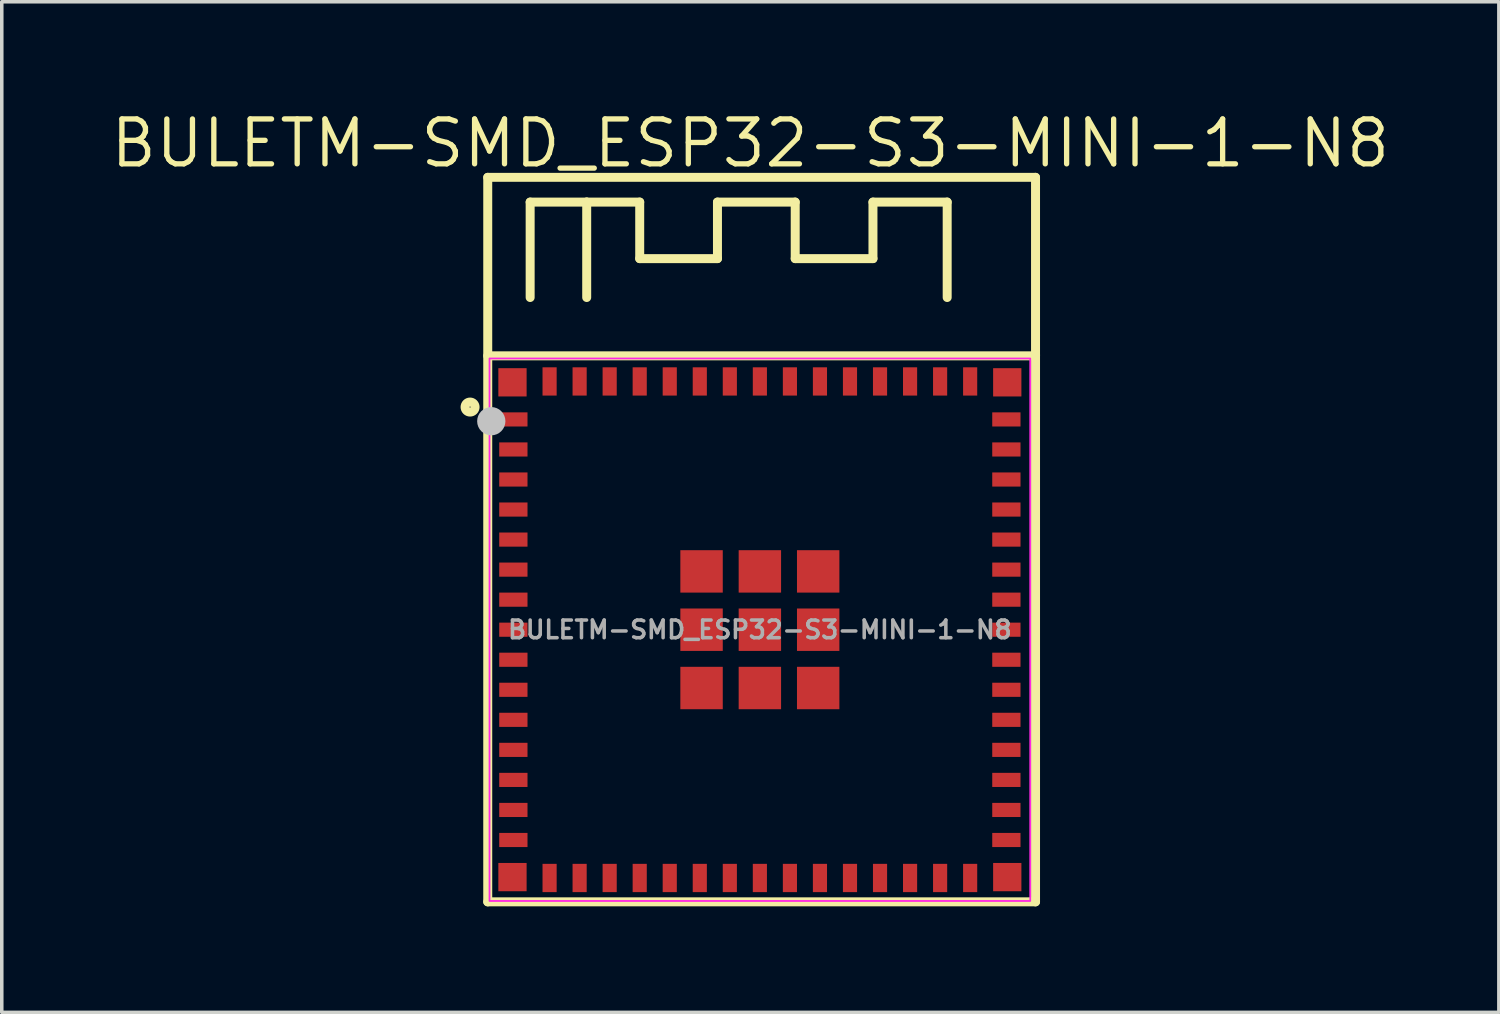
<source format=kicad_pcb>
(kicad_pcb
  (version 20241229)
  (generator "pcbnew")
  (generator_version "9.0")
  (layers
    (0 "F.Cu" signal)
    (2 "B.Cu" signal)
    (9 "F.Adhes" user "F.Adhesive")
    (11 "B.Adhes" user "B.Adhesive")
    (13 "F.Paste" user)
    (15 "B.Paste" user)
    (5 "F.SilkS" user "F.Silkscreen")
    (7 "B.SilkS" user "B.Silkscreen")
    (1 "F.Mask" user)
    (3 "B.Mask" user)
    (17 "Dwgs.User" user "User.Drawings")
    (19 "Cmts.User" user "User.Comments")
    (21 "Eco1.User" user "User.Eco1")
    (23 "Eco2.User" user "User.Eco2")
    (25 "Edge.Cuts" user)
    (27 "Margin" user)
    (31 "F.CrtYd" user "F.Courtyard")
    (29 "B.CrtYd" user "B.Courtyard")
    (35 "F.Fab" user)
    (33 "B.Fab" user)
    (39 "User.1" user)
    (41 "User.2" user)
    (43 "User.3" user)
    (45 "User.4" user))
  (footprint "BULETM-SMD_ESP32-S3-MINI-1-N8"
    (layer "F.Cu")
    (at 18.451 14.768)
    (property "Reference" "BULETM-SMD_ESP32-S3-MINI-1-N8" (at -0.271 -13.762 0) (layer "F.SilkS") (effects (font (size 1.27 1.27) (thickness 0.15))))
    (fp_line (start -7.7 -12.8) (end 7.8 -12.8) (stroke (width 0.254) (type default)) (layer "F.SilkS"))
    (fp_line (start -7.7 -7.75) (end 7.8 -7.75) (stroke (width 0.254) (type default)) (layer "F.SilkS"))
    (fp_line (start -7.7 7.7) (end -7.7 -12.8) (stroke (width 0.254) (type default)) (layer "F.SilkS"))
    (fp_line (start -6.5 -12.1) (end -4.9 -12.1) (stroke (width 0.254) (type default)) (layer "F.SilkS"))
    (fp_line (start -6.5 -9.4) (end -6.5 -12.1) (stroke (width 0.254) (type default)) (layer "F.SilkS"))
    (fp_line (start -4.9 -12.1) (end -4.9 -9.4) (stroke (width 0.254) (type default)) (layer "F.SilkS"))
    (fp_line (start -4.9 -12.1) (end -3.4 -12.1) (stroke (width 0.254) (type default)) (layer "F.SilkS"))
    (fp_line (start -3.4 -12.1) (end -3.4 -10.5) (stroke (width 0.254) (type default)) (layer "F.SilkS"))
    (fp_line (start -3.4 -10.5) (end -1.2 -10.5) (stroke (width 0.254) (type default)) (layer "F.SilkS"))
    (fp_line (start -1.2 -12.1) (end 1 -12.1) (stroke (width 0.254) (type default)) (layer "F.SilkS"))
    (fp_line (start -1.2 -10.5) (end -1.2 -12.1) (stroke (width 0.254) (type default)) (layer "F.SilkS"))
    (fp_line (start 1 -12.1) (end 1 -10.5) (stroke (width 0.254) (type default)) (layer "F.SilkS"))
    (fp_line (start 1 -10.5) (end 3.2 -10.5) (stroke (width 0.254) (type default)) (layer "F.SilkS"))
    (fp_line (start 3.2 -12.1) (end 5.3 -12.1) (stroke (width 0.254) (type default)) (layer "F.SilkS"))
    (fp_line (start 3.2 -10.5) (end 3.2 -12.1) (stroke (width 0.254) (type default)) (layer "F.SilkS"))
    (fp_line (start 5.3 -12.1) (end 5.3 -9.4) (stroke (width 0.254) (type default)) (layer "F.SilkS"))
    (fp_line (start 7.8 -12.8) (end 7.8 7.7) (stroke (width 0.254) (type default)) (layer "F.SilkS"))
    (fp_line (start 7.8 -7.75) (end 7.8 -7.786) (stroke (width 0.254) (type default)) (layer "F.SilkS"))
    (fp_line (start 7.8 7.7) (end -7.7 7.7) (stroke (width 0.254) (type default)) (layer "F.SilkS"))
    (fp_circle (center -8.2 -6.3) (end -8.058 -6.3) (stroke (width 0.254) (type default)) (fill no) (layer "F.SilkS"))
    (fp_circle (center -7.6 -5.9) (end -7.4 -5.9) (stroke (width 0.4) (type default)) (fill no) (layer "Dwgs.User"))
    (fp_rect (start -7.65 -7.675) (end 7.65 7.675) (stroke (width 0.05) (type default)) (fill no) (layer "F.CrtYd"))
    (fp_circle (center -7.7 -12.775) (end -7.67 -12.775) (stroke (width 0.06) (type default)) (fill no) (layer "User.5"))
    (fp_text user "${REFERENCE}" (at 0 0 0) (layer "F.Fab") (effects (font (size 0.5 0.5) (thickness 0.1))))
    (pad "1" smd rect (at -6.975 -5.95 90) (size 0.4 0.8) (layers "F.Cu" "F.Mask" "F.Paste"))
    (pad "2" smd rect (at -6.975 -5.1 90) (size 0.4 0.8) (layers "F.Cu" "F.Mask" "F.Paste"))
    (pad "3" smd rect (at -6.975 -4.25 90) (size 0.4 0.8) (layers "F.Cu" "F.Mask" "F.Paste"))
    (pad "4" smd rect (at -6.975 -3.4 90) (size 0.4 0.8) (layers "F.Cu" "F.Mask" "F.Paste"))
    (pad "5" smd rect (at -6.975 -2.55 90) (size 0.4 0.8) (layers "F.Cu" "F.Mask" "F.Paste"))
    (pad "6" smd rect (at -6.975 -1.7 90) (size 0.4 0.8) (layers "F.Cu" "F.Mask" "F.Paste"))
    (pad "7" smd rect (at -6.975 -0.85 90) (size 0.4 0.8) (layers "F.Cu" "F.Mask" "F.Paste"))
    (pad "8" smd rect (at -6.975 -0.0001 90) (size 0.4 0.8) (layers "F.Cu" "F.Mask" "F.Paste"))
    (pad "9" smd rect (at -6.975 0.85 90) (size 0.4 0.8) (layers "F.Cu" "F.Mask" "F.Paste"))
    (pad "10" smd rect (at -6.975 1.7 90) (size 0.4 0.8) (layers "F.Cu" "F.Mask" "F.Paste"))
    (pad "11" smd rect (at -6.975 2.55 90) (size 0.4 0.8) (layers "F.Cu" "F.Mask" "F.Paste"))
    (pad "12" smd rect (at -6.975 3.4 90) (size 0.4 0.8) (layers "F.Cu" "F.Mask" "F.Paste"))
    (pad "13" smd rect (at -6.975 4.25 90) (size 0.4 0.8) (layers "F.Cu" "F.Mask" "F.Paste"))
    (pad "14" smd rect (at -6.975 5.1 90) (size 0.4 0.8) (layers "F.Cu" "F.Mask" "F.Paste"))
    (pad "15" smd rect (at -6.975 5.95 90) (size 0.4 0.8) (layers "F.Cu" "F.Mask" "F.Paste"))
    (pad "16" smd rect (at -5.95 7.025 180) (size 0.4 0.8) (layers "F.Cu" "F.Mask" "F.Paste"))
    (pad "17" smd rect (at -5.1 7.025 180) (size 0.4 0.8) (layers "F.Cu" "F.Mask" "F.Paste"))
    (pad "18" smd rect (at -4.25 7.025 180) (size 0.4 0.8) (layers "F.Cu" "F.Mask" "F.Paste"))
    (pad "19" smd rect (at -3.4 7.025 180) (size 0.4 0.8) (layers "F.Cu" "F.Mask" "F.Paste"))
    (pad "20" smd rect (at -2.55 7.025 180) (size 0.4 0.8) (layers "F.Cu" "F.Mask" "F.Paste"))
    (pad "21" smd rect (at -1.7 7.025 180) (size 0.4 0.8) (layers "F.Cu" "F.Mask" "F.Paste"))
    (pad "22" smd rect (at -0.85 7.025 180) (size 0.4 0.8) (layers "F.Cu" "F.Mask" "F.Paste"))
    (pad "23" smd rect (at 0 7.025 180) (size 0.4 0.8) (layers "F.Cu" "F.Mask" "F.Paste"))
    (pad "24" smd rect (at 0.85 7.025 180) (size 0.4 0.8) (layers "F.Cu" "F.Mask" "F.Paste"))
    (pad "25" smd rect (at 1.7 7.025 180) (size 0.4 0.8) (layers "F.Cu" "F.Mask" "F.Paste"))
    (pad "26" smd rect (at 2.55 7.025 180) (size 0.4 0.8) (layers "F.Cu" "F.Mask" "F.Paste"))
    (pad "27" smd rect (at 3.4 7.025 180) (size 0.4 0.8) (layers "F.Cu" "F.Mask" "F.Paste"))
    (pad "28" smd rect (at 4.25 7.025 180) (size 0.4 0.8) (layers "F.Cu" "F.Mask" "F.Paste"))
    (pad "29" smd rect (at 5.1 7.025 180) (size 0.4 0.8) (layers "F.Cu" "F.Mask" "F.Paste"))
    (pad "30" smd rect (at 5.95 7.025 180) (size 0.4 0.8) (layers "F.Cu" "F.Mask" "F.Paste"))
    (pad "31" smd rect (at 6.975 5.95 270) (size 0.4 0.8) (layers "F.Cu" "F.Mask" "F.Paste"))
    (pad "32" smd rect (at 6.975 5.1 270) (size 0.4 0.8) (layers "F.Cu" "F.Mask" "F.Paste"))
    (pad "33" smd rect (at 6.975 4.25 270) (size 0.4 0.8) (layers "F.Cu" "F.Mask" "F.Paste"))
    (pad "34" smd rect (at 6.975 3.4 270) (size 0.4 0.8) (layers "F.Cu" "F.Mask" "F.Paste"))
    (pad "35" smd rect (at 6.975 2.55 270) (size 0.4 0.8) (layers "F.Cu" "F.Mask" "F.Paste"))
    (pad "36" smd rect (at 6.975 1.7 270) (size 0.4 0.8) (layers "F.Cu" "F.Mask" "F.Paste"))
    (pad "37" smd rect (at 6.975 0.85 270) (size 0.4 0.8) (layers "F.Cu" "F.Mask" "F.Paste"))
    (pad "38" smd rect (at 6.975 -0.0001 270) (size 0.4 0.8) (layers "F.Cu" "F.Mask" "F.Paste"))
    (pad "39" smd rect (at 6.975 -0.85 270) (size 0.4 0.8) (layers "F.Cu" "F.Mask" "F.Paste"))
    (pad "40" smd rect (at 6.975 -1.7 270) (size 0.4 0.8) (layers "F.Cu" "F.Mask" "F.Paste"))
    (pad "41" smd rect (at 6.975 -2.55 270) (size 0.4 0.8) (layers "F.Cu" "F.Mask" "F.Paste"))
    (pad "42" smd rect (at 6.975 -3.4 270) (size 0.4 0.8) (layers "F.Cu" "F.Mask" "F.Paste"))
    (pad "43" smd rect (at 6.975 -4.25 270) (size 0.4 0.8) (layers "F.Cu" "F.Mask" "F.Paste"))
    (pad "44" smd rect (at 6.975 -5.1 270) (size 0.4 0.8) (layers "F.Cu" "F.Mask" "F.Paste"))
    (pad "45" smd rect (at 6.975 -5.95 270) (size 0.4 0.8) (layers "F.Cu" "F.Mask" "F.Paste"))
    (pad "46" smd rect (at 5.95 -7.025) (size 0.4 0.8) (layers "F.Cu" "F.Mask" "F.Paste"))
    (pad "47" smd rect (at 5.1 -7.025) (size 0.4 0.8) (layers "F.Cu" "F.Mask" "F.Paste"))
    (pad "48" smd rect (at 4.25 -7.025) (size 0.4 0.8) (layers "F.Cu" "F.Mask" "F.Paste"))
    (pad "49" smd rect (at 3.4 -7.025) (size 0.4 0.8) (layers "F.Cu" "F.Mask" "F.Paste"))
    (pad "50" smd rect (at 2.55 -7.025) (size 0.4 0.8) (layers "F.Cu" "F.Mask" "F.Paste"))
    (pad "51" smd rect (at 1.7 -7.025) (size 0.4 0.8) (layers "F.Cu" "F.Mask" "F.Paste"))
    (pad "52" smd rect (at 0.85 -7.025) (size 0.4 0.8) (layers "F.Cu" "F.Mask" "F.Paste"))
    (pad "53" smd rect (at 0 -7.025) (size 0.4 0.8) (layers "F.Cu" "F.Mask" "F.Paste"))
    (pad "54" smd rect (at -0.85 -7.025) (size 0.4 0.8) (layers "F.Cu" "F.Mask" "F.Paste"))
    (pad "55" smd rect (at -1.7 -7.025) (size 0.4 0.8) (layers "F.Cu" "F.Mask" "F.Paste"))
    (pad "56" smd rect (at -2.55 -7.025) (size 0.4 0.8) (layers "F.Cu" "F.Mask" "F.Paste"))
    (pad "57" smd rect (at -3.4 -7.025) (size 0.4 0.8) (layers "F.Cu" "F.Mask" "F.Paste"))
    (pad "58" smd rect (at -4.25 -7.025) (size 0.4 0.8) (layers "F.Cu" "F.Mask" "F.Paste"))
    (pad "59" smd rect (at -5.1 -7.025) (size 0.4 0.8) (layers "F.Cu" "F.Mask" "F.Paste"))
    (pad "60" smd rect (at -5.95 -7.025) (size 0.4 0.8) (layers "F.Cu" "F.Mask" "F.Paste"))
    (pad "GND" smd rect (at -7 -7 90) (size 0.8 0.8) (layers "F.Cu" "F.Mask" "F.Paste"))
    (pad "GND" smd rect (at -7 7 90) (size 0.8 0.8) (layers "F.Cu" "F.Mask" "F.Paste"))
    (pad "GND" smd rect (at -1.65 -1.65 90) (size 1.2 1.2) (layers "F.Cu" "F.Mask" "F.Paste"))
    (pad "GND" smd rect (at -1.65 -0.0001 90) (size 1.2 1.2) (layers "F.Cu" "F.Mask" "F.Paste"))
    (pad "GND" smd rect (at -1.65 1.65 90) (size 1.2 1.2) (layers "F.Cu" "F.Mask" "F.Paste"))
    (pad "GND" smd rect (at 0 -1.65 90) (size 1.2 1.2) (layers "F.Cu" "F.Mask" "F.Paste"))
    (pad "GND" smd rect (at 0 -0.0001 90) (size 1.2 1.2) (layers "F.Cu" "F.Mask" "F.Paste"))
    (pad "GND" smd rect (at 0 1.65 90) (size 1.2 1.2) (layers "F.Cu" "F.Mask" "F.Paste"))
    (pad "GND" smd rect (at 1.65 -1.65 90) (size 1.2 1.2) (layers "F.Cu" "F.Mask" "F.Paste"))
    (pad "GND" smd rect (at 1.65 -0.0001 90) (size 1.2 1.2) (layers "F.Cu" "F.Mask" "F.Paste"))
    (pad "GND" smd rect (at 1.65 1.65 90) (size 1.2 1.2) (layers "F.Cu" "F.Mask" "F.Paste"))
    (pad "GND" smd rect (at 7 -7 90) (size 0.8 0.8) (layers "F.Cu" "F.Mask" "F.Paste"))
    (pad "GND" smd rect (at 7 7 90) (size 0.8 0.8) (layers "F.Cu" "F.Mask" "F.Paste"))
    (zone (net_name "") (layer "User.3") (hatch edge 0.5) (priority 100) (connect_pads yes) (min_thickness 0) (filled_areas_thickness no) (fill yes) (polygon (pts (xy 10.751 22.493) (xy 10.751 1.993) (xy 26.151 1.993) (xy 26.151 22.493))) (filled_polygon (layer "User.3") (island) (pts (xy 10.751 22.493) (xy 10.751 1.993) (xy 26.151 1.993) (xy 26.151 22.493))))
    (zone (net_name "") (layer "User.4") (hatch edge 0.5) (priority 100) (connect_pads yes) (min_thickness 0) (filled_areas_thickness no) (fill yes) (polygon (pts (xy 11.051 8.168) (xy 11.051 7.368) (xy 11.851 7.368) (xy 11.851 8.168))) (filled_polygon (layer "User.4") (island) (pts (xy 11.051 8.168) (xy 11.051 7.368) (xy 11.851 7.368) (xy 11.851 8.168))))
    (zone (net_name "") (layer "User.4") (hatch edge 0.5) (priority 100) (connect_pads yes) (min_thickness 0) (filled_areas_thickness no) (fill yes) (polygon (pts (xy 11.051 22.168) (xy 11.051 21.368) (xy 11.851 21.368) (xy 11.851 22.168))) (filled_polygon (layer "User.4") (island) (pts (xy 11.051 22.168) (xy 11.051 21.368) (xy 11.851 21.368) (xy 11.851 22.168))))
    (zone (net_name "") (layer "User.4") (hatch edge 0.5) (priority 100) (connect_pads yes) (min_thickness 0) (filled_areas_thickness no) (fill yes) (polygon (pts (xy 11.076 9.018) (xy 11.076 8.618) (xy 11.876 8.618) (xy 11.876 9.018))) (filled_polygon (layer "User.4") (island) (pts (xy 11.076 9.018) (xy 11.076 8.618) (xy 11.876 8.618) (xy 11.876 9.018))))
    (zone (net_name "") (layer "User.4") (hatch edge 0.5) (priority 100) (connect_pads yes) (min_thickness 0) (filled_areas_thickness no) (fill yes) (polygon (pts (xy 11.076 9.868) (xy 11.076 9.468) (xy 11.876 9.468) (xy 11.876 9.868))) (filled_polygon (layer "User.4") (island) (pts (xy 11.076 9.868) (xy 11.076 9.468) (xy 11.876 9.468) (xy 11.876 9.868))))
    (zone (net_name "") (layer "User.4") (hatch edge 0.5) (priority 100) (connect_pads yes) (min_thickness 0) (filled_areas_thickness no) (fill yes) (polygon (pts (xy 11.076 10.718) (xy 11.076 10.318) (xy 11.876 10.318) (xy 11.876 10.718))) (filled_polygon (layer "User.4") (island) (pts (xy 11.076 10.718) (xy 11.076 10.318) (xy 11.876 10.318) (xy 11.876 10.718))))
    (zone (net_name "") (layer "User.4") (hatch edge 0.5) (priority 100) (connect_pads yes) (min_thickness 0) (filled_areas_thickness no) (fill yes) (polygon (pts (xy 11.076 11.568) (xy 11.076 11.168) (xy 11.876 11.168) (xy 11.876 11.568))) (filled_polygon (layer "User.4") (island) (pts (xy 11.076 11.568) (xy 11.076 11.168) (xy 11.876 11.168) (xy 11.876 11.568))))
    (zone (net_name "") (layer "User.4") (hatch edge 0.5) (priority 100) (connect_pads yes) (min_thickness 0) (filled_areas_thickness no) (fill yes) (polygon (pts (xy 11.076 12.418) (xy 11.076 12.018) (xy 11.876 12.018) (xy 11.876 12.418))) (filled_polygon (layer "User.4") (island) (pts (xy 11.076 12.418) (xy 11.076 12.018) (xy 11.876 12.018) (xy 11.876 12.418))))
    (zone (net_name "") (layer "User.4") (hatch edge 0.5) (priority 100) (connect_pads yes) (min_thickness 0) (filled_areas_thickness no) (fill yes) (polygon (pts (xy 11.076 13.268) (xy 11.076 12.868) (xy 11.876 12.868) (xy 11.876 13.268))) (filled_polygon (layer "User.4") (island) (pts (xy 11.076 13.268) (xy 11.076 12.868) (xy 11.876 12.868) (xy 11.876 13.268))))
    (zone (net_name "") (layer "User.4") (hatch edge 0.5) (priority 100) (connect_pads yes) (min_thickness 0) (filled_areas_thickness no) (fill yes) (polygon (pts (xy 11.076 14.118) (xy 11.076 13.718) (xy 11.876 13.718) (xy 11.876 14.118))) (filled_polygon (layer "User.4") (island) (pts (xy 11.076 14.118) (xy 11.076 13.718) (xy 11.876 13.718) (xy 11.876 14.118))))
    (zone (net_name "") (layer "User.4") (hatch edge 0.5) (priority 100) (connect_pads yes) (min_thickness 0) (filled_areas_thickness no) (fill yes) (polygon (pts (xy 11.076 14.968) (xy 11.076 14.568) (xy 11.876 14.568) (xy 11.876 14.968))) (filled_polygon (layer "User.4") (island) (pts (xy 11.076 14.968) (xy 11.076 14.568) (xy 11.876 14.568) (xy 11.876 14.968))))
    (zone (net_name "") (layer "User.4") (hatch edge 0.5) (priority 100) (connect_pads yes) (min_thickness 0) (filled_areas_thickness no) (fill yes) (polygon (pts (xy 11.076 15.818) (xy 11.076 15.418) (xy 11.876 15.418) (xy 11.876 15.818))) (filled_polygon (layer "User.4") (island) (pts (xy 11.076 15.818) (xy 11.076 15.418) (xy 11.876 15.418) (xy 11.876 15.818))))
    (zone (net_name "") (layer "User.4") (hatch edge 0.5) (priority 100) (connect_pads yes) (min_thickness 0) (filled_areas_thickness no) (fill yes) (polygon (pts (xy 11.076 16.668) (xy 11.076 16.268) (xy 11.876 16.268) (xy 11.876 16.668))) (filled_polygon (layer "User.4") (island) (pts (xy 11.076 16.668) (xy 11.076 16.268) (xy 11.876 16.268) (xy 11.876 16.668))))
    (zone (net_name "") (layer "User.4") (hatch edge 0.5) (priority 100) (connect_pads yes) (min_thickness 0) (filled_areas_thickness no) (fill yes) (polygon (pts (xy 11.076 17.518) (xy 11.076 17.118) (xy 11.876 17.118) (xy 11.876 17.518))) (filled_polygon (layer "User.4") (island) (pts (xy 11.076 17.518) (xy 11.076 17.118) (xy 11.876 17.118) (xy 11.876 17.518))))
    (zone (net_name "") (layer "User.4") (hatch edge 0.5) (priority 100) (connect_pads yes) (min_thickness 0) (filled_areas_thickness no) (fill yes) (polygon (pts (xy 11.076 18.368) (xy 11.076 17.968) (xy 11.876 17.968) (xy 11.876 18.368))) (filled_polygon (layer "User.4") (island) (pts (xy 11.076 18.368) (xy 11.076 17.968) (xy 11.876 17.968) (xy 11.876 18.368))))
    (zone (net_name "") (layer "User.4") (hatch edge 0.5) (priority 100) (connect_pads yes) (min_thickness 0) (filled_areas_thickness no) (fill yes) (polygon (pts (xy 11.076 19.218) (xy 11.076 18.818) (xy 11.876 18.818) (xy 11.876 19.218))) (filled_polygon (layer "User.4") (island) (pts (xy 11.076 19.218) (xy 11.076 18.818) (xy 11.876 18.818) (xy 11.876 19.218))))
    (zone (net_name "") (layer "User.4") (hatch edge 0.5) (priority 100) (connect_pads yes) (min_thickness 0) (filled_areas_thickness no) (fill yes) (polygon (pts (xy 11.076 20.068) (xy 11.076 19.668) (xy 11.876 19.668) (xy 11.876 20.068))) (filled_polygon (layer "User.4") (island) (pts (xy 11.076 20.068) (xy 11.076 19.668) (xy 11.876 19.668) (xy 11.876 20.068))))
    (zone (net_name "") (layer "User.4") (hatch edge 0.5) (priority 100) (connect_pads yes) (min_thickness 0) (filled_areas_thickness no) (fill yes) (polygon (pts (xy 11.076 20.918) (xy 11.076 20.518) (xy 11.876 20.518) (xy 11.876 20.918))) (filled_polygon (layer "User.4") (island) (pts (xy 11.076 20.918) (xy 11.076 20.518) (xy 11.876 20.518) (xy 11.876 20.918))))
    (zone (net_name "") (layer "User.4") (hatch edge 0.5) (priority 100) (connect_pads yes) (min_thickness 0) (filled_areas_thickness no) (fill yes) (polygon (pts (xy 12.301 7.343) (xy 12.701 7.343) (xy 12.701 8.143) (xy 12.301 8.143))) (filled_polygon (layer "User.4") (island) (pts (xy 12.301 7.343) (xy 12.701 7.343) (xy 12.701 8.143) (xy 12.301 8.143))))
    (zone (net_name "") (layer "User.4") (hatch edge 0.5) (priority 100) (connect_pads yes) (min_thickness 0) (filled_areas_thickness no) (fill yes) (polygon (pts (xy 12.701 22.193) (xy 12.301 22.193) (xy 12.301 21.393) (xy 12.701 21.393))) (filled_polygon (layer "User.4") (island) (pts (xy 12.701 22.193) (xy 12.301 22.193) (xy 12.301 21.393) (xy 12.701 21.393))))
    (zone (net_name "") (layer "User.4") (hatch edge 0.5) (priority 100) (connect_pads yes) (min_thickness 0) (filled_areas_thickness no) (fill yes) (polygon (pts (xy 13.151 7.343) (xy 13.551 7.343) (xy 13.551 8.143) (xy 13.151 8.143))) (filled_polygon (layer "User.4") (island) (pts (xy 13.151 7.343) (xy 13.551 7.343) (xy 13.551 8.143) (xy 13.151 8.143))))
    (zone (net_name "") (layer "User.4") (hatch edge 0.5) (priority 100) (connect_pads yes) (min_thickness 0) (filled_areas_thickness no) (fill yes) (polygon (pts (xy 13.551 22.193) (xy 13.151 22.193) (xy 13.151 21.393) (xy 13.551 21.393))) (filled_polygon (layer "User.4") (island) (pts (xy 13.551 22.193) (xy 13.151 22.193) (xy 13.151 21.393) (xy 13.551 21.393))))
    (zone (net_name "") (layer "User.4") (hatch edge 0.5) (priority 100) (connect_pads yes) (min_thickness 0) (filled_areas_thickness no) (fill yes) (polygon (pts (xy 14.001 7.343) (xy 14.401 7.343) (xy 14.401 8.143) (xy 14.001 8.143))) (filled_polygon (layer "User.4") (island) (pts (xy 14.001 7.343) (xy 14.401 7.343) (xy 14.401 8.143) (xy 14.001 8.143))))
    (zone (net_name "") (layer "User.4") (hatch edge 0.5) (priority 100) (connect_pads yes) (min_thickness 0) (filled_areas_thickness no) (fill yes) (polygon (pts (xy 14.401 22.193) (xy 14.001 22.193) (xy 14.001 21.393) (xy 14.401 21.393))) (filled_polygon (layer "User.4") (island) (pts (xy 14.401 22.193) (xy 14.001 22.193) (xy 14.001 21.393) (xy 14.401 21.393))))
    (zone (net_name "") (layer "User.4") (hatch edge 0.5) (priority 100) (connect_pads yes) (min_thickness 0) (filled_areas_thickness no) (fill yes) (polygon (pts (xy 14.851 7.343) (xy 15.251 7.343) (xy 15.251 8.143) (xy 14.851 8.143))) (filled_polygon (layer "User.4") (island) (pts (xy 14.851 7.343) (xy 15.251 7.343) (xy 15.251 8.143) (xy 14.851 8.143))))
    (zone (net_name "") (layer "User.4") (hatch edge 0.5) (priority 100) (connect_pads yes) (min_thickness 0) (filled_areas_thickness no) (fill yes) (polygon (pts (xy 15.251 22.193) (xy 14.851 22.193) (xy 14.851 21.393) (xy 15.251 21.393))) (filled_polygon (layer "User.4") (island) (pts (xy 15.251 22.193) (xy 14.851 22.193) (xy 14.851 21.393) (xy 15.251 21.393))))
    (zone (net_name "") (layer "User.4") (hatch edge 0.5) (priority 100) (connect_pads yes) (min_thickness 0) (filled_areas_thickness no) (fill yes) (polygon (pts (xy 15.701 7.343) (xy 16.101 7.343) (xy 16.101 8.143) (xy 15.701 8.143))) (filled_polygon (layer "User.4") (island) (pts (xy 15.701 7.343) (xy 16.101 7.343) (xy 16.101 8.143) (xy 15.701 8.143))))
    (zone (net_name "") (layer "User.4") (hatch edge 0.5) (priority 100) (connect_pads yes) (min_thickness 0) (filled_areas_thickness no) (fill yes) (polygon (pts (xy 16.101 22.193) (xy 15.701 22.193) (xy 15.701 21.393) (xy 16.101 21.393))) (filled_polygon (layer "User.4") (island) (pts (xy 16.101 22.193) (xy 15.701 22.193) (xy 15.701 21.393) (xy 16.101 21.393))))
    (zone (net_name "") (layer "User.4") (hatch edge 0.5) (priority 100) (connect_pads yes) (min_thickness 0) (filled_areas_thickness no) (fill yes) (polygon (pts (xy 16.201 13.718) (xy 16.201 12.518) (xy 17.401 12.518) (xy 17.401 13.718))) (filled_polygon (layer "User.4") (island) (pts (xy 16.201 13.718) (xy 16.201 12.518) (xy 17.401 12.518) (xy 17.401 13.718))))
    (zone (net_name "") (layer "User.4") (hatch edge 0.5) (priority 100) (connect_pads yes) (min_thickness 0) (filled_areas_thickness no) (fill yes) (polygon (pts (xy 16.201 15.368) (xy 16.201 14.168) (xy 17.401 14.168) (xy 17.401 15.368))) (filled_polygon (layer "User.4") (island) (pts (xy 16.201 15.368) (xy 16.201 14.168) (xy 17.401 14.168) (xy 17.401 15.368))))
    (zone (net_name "") (layer "User.4") (hatch edge 0.5) (priority 100) (connect_pads yes) (min_thickness 0) (filled_areas_thickness no) (fill yes) (polygon (pts (xy 16.201 17.018) (xy 16.201 15.818) (xy 17.401 15.818) (xy 17.401 17.018))) (filled_polygon (layer "User.4") (island) (pts (xy 16.201 17.018) (xy 16.201 15.818) (xy 17.401 15.818) (xy 17.401 17.018))))
    (zone (net_name "") (layer "User.4") (hatch edge 0.5) (priority 100) (connect_pads yes) (min_thickness 0) (filled_areas_thickness no) (fill yes) (polygon (pts (xy 16.551 7.343) (xy 16.951 7.343) (xy 16.951 8.143) (xy 16.551 8.143))) (filled_polygon (layer "User.4") (island) (pts (xy 16.551 7.343) (xy 16.951 7.343) (xy 16.951 8.143) (xy 16.551 8.143))))
    (zone (net_name "") (layer "User.4") (hatch edge 0.5) (priority 100) (connect_pads yes) (min_thickness 0) (filled_areas_thickness no) (fill yes) (polygon (pts (xy 16.951 22.193) (xy 16.551 22.193) (xy 16.551 21.393) (xy 16.951 21.393))) (filled_polygon (layer "User.4") (island) (pts (xy 16.951 22.193) (xy 16.551 22.193) (xy 16.551 21.393) (xy 16.951 21.393))))
    (zone (net_name "") (layer "User.4") (hatch edge 0.5) (priority 100) (connect_pads yes) (min_thickness 0) (filled_areas_thickness no) (fill yes) (polygon (pts (xy 17.401 7.343) (xy 17.801 7.343) (xy 17.801 8.143) (xy 17.401 8.143))) (filled_polygon (layer "User.4") (island) (pts (xy 17.401 7.343) (xy 17.801 7.343) (xy 17.801 8.143) (xy 17.401 8.143))))
    (zone (net_name "") (layer "User.4") (hatch edge 0.5) (priority 100) (connect_pads yes) (min_thickness 0) (filled_areas_thickness no) (fill yes) (polygon (pts (xy 17.801 22.193) (xy 17.401 22.193) (xy 17.401 21.393) (xy 17.801 21.393))) (filled_polygon (layer "User.4") (island) (pts (xy 17.801 22.193) (xy 17.401 22.193) (xy 17.401 21.393) (xy 17.801 21.393))))
    (zone (net_name "") (layer "User.4") (hatch edge 0.5) (priority 100) (connect_pads yes) (min_thickness 0) (filled_areas_thickness no) (fill yes) (polygon (pts (xy 17.851 13.718) (xy 17.851 12.518) (xy 19.051 12.518) (xy 19.051 13.718))) (filled_polygon (layer "User.4") (island) (pts (xy 17.851 13.718) (xy 17.851 12.518) (xy 19.051 12.518) (xy 19.051 13.718))))
    (zone (net_name "") (layer "User.4") (hatch edge 0.5) (priority 100) (connect_pads yes) (min_thickness 0) (filled_areas_thickness no) (fill yes) (polygon (pts (xy 17.851 15.368) (xy 17.851 14.168) (xy 19.051 14.168) (xy 19.051 15.368))) (filled_polygon (layer "User.4") (island) (pts (xy 17.851 15.368) (xy 17.851 14.168) (xy 19.051 14.168) (xy 19.051 15.368))))
    (zone (net_name "") (layer "User.4") (hatch edge 0.5) (priority 100) (connect_pads yes) (min_thickness 0) (filled_areas_thickness no) (fill yes) (polygon (pts (xy 17.851 17.018) (xy 17.851 15.818) (xy 19.051 15.818) (xy 19.051 17.018))) (filled_polygon (layer "User.4") (island) (pts (xy 17.851 17.018) (xy 17.851 15.818) (xy 19.051 15.818) (xy 19.051 17.018))))
    (zone (net_name "") (layer "User.4") (hatch edge 0.5) (priority 100) (connect_pads yes) (min_thickness 0) (filled_areas_thickness no) (fill yes) (polygon (pts (xy 18.251 7.343) (xy 18.651 7.343) (xy 18.651 8.143) (xy 18.251 8.143))) (filled_polygon (layer "User.4") (island) (pts (xy 18.251 7.343) (xy 18.651 7.343) (xy 18.651 8.143) (xy 18.251 8.143))))
    (zone (net_name "") (layer "User.4") (hatch edge 0.5) (priority 100) (connect_pads yes) (min_thickness 0) (filled_areas_thickness no) (fill yes) (polygon (pts (xy 18.651 22.193) (xy 18.251 22.193) (xy 18.251 21.393) (xy 18.651 21.393))) (filled_polygon (layer "User.4") (island) (pts (xy 18.651 22.193) (xy 18.251 22.193) (xy 18.251 21.393) (xy 18.651 21.393))))
    (zone (net_name "") (layer "User.4") (hatch edge 0.5) (priority 100) (connect_pads yes) (min_thickness 0) (filled_areas_thickness no) (fill yes) (polygon (pts (xy 19.101 7.343) (xy 19.501 7.343) (xy 19.501 8.143) (xy 19.101 8.143))) (filled_polygon (layer "User.4") (island) (pts (xy 19.101 7.343) (xy 19.501 7.343) (xy 19.501 8.143) (xy 19.101 8.143))))
    (zone (net_name "") (layer "User.4") (hatch edge 0.5) (priority 100) (connect_pads yes) (min_thickness 0) (filled_areas_thickness no) (fill yes) (polygon (pts (xy 19.501 13.718) (xy 19.501 12.518) (xy 20.701 12.518) (xy 20.701 13.718))) (filled_polygon (layer "User.4") (island) (pts (xy 19.501 13.718) (xy 19.501 12.518) (xy 20.701 12.518) (xy 20.701 13.718))))
    (zone (net_name "") (layer "User.4") (hatch edge 0.5) (priority 100) (connect_pads yes) (min_thickness 0) (filled_areas_thickness no) (fill yes) (polygon (pts (xy 19.501 15.368) (xy 19.501 14.168) (xy 20.701 14.168) (xy 20.701 15.368))) (filled_polygon (layer "User.4") (island) (pts (xy 19.501 15.368) (xy 19.501 14.168) (xy 20.701 14.168) (xy 20.701 15.368))))
    (zone (net_name "") (layer "User.4") (hatch edge 0.5) (priority 100) (connect_pads yes) (min_thickness 0) (filled_areas_thickness no) (fill yes) (polygon (pts (xy 19.501 17.018) (xy 19.501 15.818) (xy 20.701 15.818) (xy 20.701 17.018))) (filled_polygon (layer "User.4") (island) (pts (xy 19.501 17.018) (xy 19.501 15.818) (xy 20.701 15.818) (xy 20.701 17.018))))
    (zone (net_name "") (layer "User.4") (hatch edge 0.5) (priority 100) (connect_pads yes) (min_thickness 0) (filled_areas_thickness no) (fill yes) (polygon (pts (xy 19.501 22.193) (xy 19.101 22.193) (xy 19.101 21.393) (xy 19.501 21.393))) (filled_polygon (layer "User.4") (island) (pts (xy 19.501 22.193) (xy 19.101 22.193) (xy 19.101 21.393) (xy 19.501 21.393))))
    (zone (net_name "") (layer "User.4") (hatch edge 0.5) (priority 100) (connect_pads yes) (min_thickness 0) (filled_areas_thickness no) (fill yes) (polygon (pts (xy 19.951 7.343) (xy 20.351 7.343) (xy 20.351 8.143) (xy 19.951 8.143))) (filled_polygon (layer "User.4") (island) (pts (xy 19.951 7.343) (xy 20.351 7.343) (xy 20.351 8.143) (xy 19.951 8.143))))
    (zone (net_name "") (layer "User.4") (hatch edge 0.5) (priority 100) (connect_pads yes) (min_thickness 0) (filled_areas_thickness no) (fill yes) (polygon (pts (xy 20.351 22.193) (xy 19.951 22.193) (xy 19.951 21.393) (xy 20.351 21.393))) (filled_polygon (layer "User.4") (island) (pts (xy 20.351 22.193) (xy 19.951 22.193) (xy 19.951 21.393) (xy 20.351 21.393))))
    (zone (net_name "") (layer "User.4") (hatch edge 0.5) (priority 100) (connect_pads yes) (min_thickness 0) (filled_areas_thickness no) (fill yes) (polygon (pts (xy 20.801 7.343) (xy 21.201 7.343) (xy 21.201 8.143) (xy 20.801 8.143))) (filled_polygon (layer "User.4") (island) (pts (xy 20.801 7.343) (xy 21.201 7.343) (xy 21.201 8.143) (xy 20.801 8.143))))
    (zone (net_name "") (layer "User.4") (hatch edge 0.5) (priority 100) (connect_pads yes) (min_thickness 0) (filled_areas_thickness no) (fill yes) (polygon (pts (xy 21.201 22.193) (xy 20.801 22.193) (xy 20.801 21.393) (xy 21.201 21.393))) (filled_polygon (layer "User.4") (island) (pts (xy 21.201 22.193) (xy 20.801 22.193) (xy 20.801 21.393) (xy 21.201 21.393))))
    (zone (net_name "") (layer "User.4") (hatch edge 0.5) (priority 100) (connect_pads yes) (min_thickness 0) (filled_areas_thickness no) (fill yes) (polygon (pts (xy 21.651 7.343) (xy 22.051 7.343) (xy 22.051 8.143) (xy 21.651 8.143))) (filled_polygon (layer "User.4") (island) (pts (xy 21.651 7.343) (xy 22.051 7.343) (xy 22.051 8.143) (xy 21.651 8.143))))
    (zone (net_name "") (layer "User.4") (hatch edge 0.5) (priority 100) (connect_pads yes) (min_thickness 0) (filled_areas_thickness no) (fill yes) (polygon (pts (xy 22.051 22.193) (xy 21.651 22.193) (xy 21.651 21.393) (xy 22.051 21.393))) (filled_polygon (layer "User.4") (island) (pts (xy 22.051 22.193) (xy 21.651 22.193) (xy 21.651 21.393) (xy 22.051 21.393))))
    (zone (net_name "") (layer "User.4") (hatch edge 0.5) (priority 100) (connect_pads yes) (min_thickness 0) (filled_areas_thickness no) (fill yes) (polygon (pts (xy 22.501 7.343) (xy 22.901 7.343) (xy 22.901 8.143) (xy 22.501 8.143))) (filled_polygon (layer "User.4") (island) (pts (xy 22.501 7.343) (xy 22.901 7.343) (xy 22.901 8.143) (xy 22.501 8.143))))
    (zone (net_name "") (layer "User.4") (hatch edge 0.5) (priority 100) (connect_pads yes) (min_thickness 0) (filled_areas_thickness no) (fill yes) (polygon (pts (xy 22.901 22.193) (xy 22.501 22.193) (xy 22.501 21.393) (xy 22.901 21.393))) (filled_polygon (layer "User.4") (island) (pts (xy 22.901 22.193) (xy 22.501 22.193) (xy 22.501 21.393) (xy 22.901 21.393))))
    (zone (net_name "") (layer "User.4") (hatch edge 0.5) (priority 100) (connect_pads yes) (min_thickness 0) (filled_areas_thickness no) (fill yes) (polygon (pts (xy 23.351 7.343) (xy 23.751 7.343) (xy 23.751 8.143) (xy 23.351 8.143))) (filled_polygon (layer "User.4") (island) (pts (xy 23.351 7.343) (xy 23.751 7.343) (xy 23.751 8.143) (xy 23.351 8.143))))
    (zone (net_name "") (layer "User.4") (hatch edge 0.5) (priority 100) (connect_pads yes) (min_thickness 0) (filled_areas_thickness no) (fill yes) (polygon (pts (xy 23.751 22.193) (xy 23.351 22.193) (xy 23.351 21.393) (xy 23.751 21.393))) (filled_polygon (layer "User.4") (island) (pts (xy 23.751 22.193) (xy 23.351 22.193) (xy 23.351 21.393) (xy 23.751 21.393))))
    (zone (net_name "") (layer "User.4") (hatch edge 0.5) (priority 100) (connect_pads yes) (min_thickness 0) (filled_areas_thickness no) (fill yes) (polygon (pts (xy 24.201 7.343) (xy 24.601 7.343) (xy 24.601 8.143) (xy 24.201 8.143))) (filled_polygon (layer "User.4") (island) (pts (xy 24.201 7.343) (xy 24.601 7.343) (xy 24.601 8.143) (xy 24.201 8.143))))
    (zone (net_name "") (layer "User.4") (hatch edge 0.5) (priority 100) (connect_pads yes) (min_thickness 0) (filled_areas_thickness no) (fill yes) (polygon (pts (xy 24.601 22.193) (xy 24.201 22.193) (xy 24.201 21.393) (xy 24.601 21.393))) (filled_polygon (layer "User.4") (island) (pts (xy 24.601 22.193) (xy 24.201 22.193) (xy 24.201 21.393) (xy 24.601 21.393))))
    (zone (net_name "") (layer "User.4") (hatch edge 0.5) (priority 100) (connect_pads yes) (min_thickness 0) (filled_areas_thickness no) (fill yes) (polygon (pts (xy 25.051 8.168) (xy 25.051 7.368) (xy 25.851 7.368) (xy 25.851 8.168))) (filled_polygon (layer "User.4") (island) (pts (xy 25.051 8.168) (xy 25.051 7.368) (xy 25.851 7.368) (xy 25.851 8.168))))
    (zone (net_name "") (layer "User.4") (hatch edge 0.5) (priority 100) (connect_pads yes) (min_thickness 0) (filled_areas_thickness no) (fill yes) (polygon (pts (xy 25.051 22.168) (xy 25.051 21.368) (xy 25.851 21.368) (xy 25.851 22.168))) (filled_polygon (layer "User.4") (island) (pts (xy 25.051 22.168) (xy 25.051 21.368) (xy 25.851 21.368) (xy 25.851 22.168))))
    (zone (net_name "") (layer "User.4") (hatch edge 0.5) (priority 100) (connect_pads yes) (min_thickness 0) (filled_areas_thickness no) (fill yes) (polygon (pts (xy 25.826 8.618) (xy 25.826 9.018) (xy 25.026 9.018) (xy 25.026 8.618))) (filled_polygon (layer "User.4") (island) (pts (xy 25.826 8.618) (xy 25.826 9.018) (xy 25.026 9.018) (xy 25.026 8.618))))
    (zone (net_name "") (layer "User.4") (hatch edge 0.5) (priority 100) (connect_pads yes) (min_thickness 0) (filled_areas_thickness no) (fill yes) (polygon (pts (xy 25.826 9.468) (xy 25.826 9.868) (xy 25.026 9.868) (xy 25.026 9.468))) (filled_polygon (layer "User.4") (island) (pts (xy 25.826 9.468) (xy 25.826 9.868) (xy 25.026 9.868) (xy 25.026 9.468))))
    (zone (net_name "") (layer "User.4") (hatch edge 0.5) (priority 100) (connect_pads yes) (min_thickness 0) (filled_areas_thickness no) (fill yes) (polygon (pts (xy 25.826 10.318) (xy 25.826 10.718) (xy 25.026 10.718) (xy 25.026 10.318))) (filled_polygon (layer "User.4") (island) (pts (xy 25.826 10.318) (xy 25.826 10.718) (xy 25.026 10.718) (xy 25.026 10.318))))
    (zone (net_name "") (layer "User.4") (hatch edge 0.5) (priority 100) (connect_pads yes) (min_thickness 0) (filled_areas_thickness no) (fill yes) (polygon (pts (xy 25.826 11.168) (xy 25.826 11.568) (xy 25.026 11.568) (xy 25.026 11.168))) (filled_polygon (layer "User.4") (island) (pts (xy 25.826 11.168) (xy 25.826 11.568) (xy 25.026 11.568) (xy 25.026 11.168))))
    (zone (net_name "") (layer "User.4") (hatch edge 0.5) (priority 100) (connect_pads yes) (min_thickness 0) (filled_areas_thickness no) (fill yes) (polygon (pts (xy 25.826 12.018) (xy 25.826 12.418) (xy 25.026 12.418) (xy 25.026 12.018))) (filled_polygon (layer "User.4") (island) (pts (xy 25.826 12.018) (xy 25.826 12.418) (xy 25.026 12.418) (xy 25.026 12.018))))
    (zone (net_name "") (layer "User.4") (hatch edge 0.5) (priority 100) (connect_pads yes) (min_thickness 0) (filled_areas_thickness no) (fill yes) (polygon (pts (xy 25.826 12.868) (xy 25.826 13.268) (xy 25.026 13.268) (xy 25.026 12.868))) (filled_polygon (layer "User.4") (island) (pts (xy 25.826 12.868) (xy 25.826 13.268) (xy 25.026 13.268) (xy 25.026 12.868))))
    (zone (net_name "") (layer "User.4") (hatch edge 0.5) (priority 100) (connect_pads yes) (min_thickness 0) (filled_areas_thickness no) (fill yes) (polygon (pts (xy 25.826 13.718) (xy 25.826 14.118) (xy 25.026 14.118) (xy 25.026 13.718))) (filled_polygon (layer "User.4") (island) (pts (xy 25.826 13.718) (xy 25.826 14.118) (xy 25.026 14.118) (xy 25.026 13.718))))
    (zone (net_name "") (layer "User.4") (hatch edge 0.5) (priority 100) (connect_pads yes) (min_thickness 0) (filled_areas_thickness no) (fill yes) (polygon (pts (xy 25.826 14.568) (xy 25.826 14.968) (xy 25.026 14.968) (xy 25.026 14.568))) (filled_polygon (layer "User.4") (island) (pts (xy 25.826 14.568) (xy 25.826 14.968) (xy 25.026 14.968) (xy 25.026 14.568))))
    (zone (net_name "") (layer "User.4") (hatch edge 0.5) (priority 100) (connect_pads yes) (min_thickness 0) (filled_areas_thickness no) (fill yes) (polygon (pts (xy 25.826 15.418) (xy 25.826 15.818) (xy 25.026 15.818) (xy 25.026 15.418))) (filled_polygon (layer "User.4") (island) (pts (xy 25.826 15.418) (xy 25.826 15.818) (xy 25.026 15.818) (xy 25.026 15.418))))
    (zone (net_name "") (layer "User.4") (hatch edge 0.5) (priority 100) (connect_pads yes) (min_thickness 0) (filled_areas_thickness no) (fill yes) (polygon (pts (xy 25.826 16.268) (xy 25.826 16.668) (xy 25.026 16.668) (xy 25.026 16.268))) (filled_polygon (layer "User.4") (island) (pts (xy 25.826 16.268) (xy 25.826 16.668) (xy 25.026 16.668) (xy 25.026 16.268))))
    (zone (net_name "") (layer "User.4") (hatch edge 0.5) (priority 100) (connect_pads yes) (min_thickness 0) (filled_areas_thickness no) (fill yes) (polygon (pts (xy 25.826 17.118) (xy 25.826 17.518) (xy 25.026 17.518) (xy 25.026 17.118))) (filled_polygon (layer "User.4") (island) (pts (xy 25.826 17.118) (xy 25.826 17.518) (xy 25.026 17.518) (xy 25.026 17.118))))
    (zone (net_name "") (layer "User.4") (hatch edge 0.5) (priority 100) (connect_pads yes) (min_thickness 0) (filled_areas_thickness no) (fill yes) (polygon (pts (xy 25.826 17.968) (xy 25.826 18.368) (xy 25.026 18.368) (xy 25.026 17.968))) (filled_polygon (layer "User.4") (island) (pts (xy 25.826 17.968) (xy 25.826 18.368) (xy 25.026 18.368) (xy 25.026 17.968))))
    (zone (net_name "") (layer "User.4") (hatch edge 0.5) (priority 100) (connect_pads yes) (min_thickness 0) (filled_areas_thickness no) (fill yes) (polygon (pts (xy 25.826 18.818) (xy 25.826 19.218) (xy 25.026 19.218) (xy 25.026 18.818))) (filled_polygon (layer "User.4") (island) (pts (xy 25.826 18.818) (xy 25.826 19.218) (xy 25.026 19.218) (xy 25.026 18.818))))
    (zone (net_name "") (layer "User.4") (hatch edge 0.5) (priority 100) (connect_pads yes) (min_thickness 0) (filled_areas_thickness no) (fill yes) (polygon (pts (xy 25.826 19.668) (xy 25.826 20.068) (xy 25.026 20.068) (xy 25.026 19.668))) (filled_polygon (layer "User.4") (island) (pts (xy 25.826 19.668) (xy 25.826 20.068) (xy 25.026 20.068) (xy 25.026 19.668))))
    (zone (net_name "") (layer "User.4") (hatch edge 0.5) (priority 100) (connect_pads yes) (min_thickness 0) (filled_areas_thickness no) (fill yes) (polygon (pts (xy 25.826 20.518) (xy 25.826 20.918) (xy 25.026 20.918) (xy 25.026 20.518))) (filled_polygon (layer "User.4") (island) (pts (xy 25.826 20.518) (xy 25.826 20.918) (xy 25.026 20.918) (xy 25.026 20.518)))))
  (gr_rect
    (start -3 -3)
    (end 39.361 25.595)
    (stroke (width 0.1) (type default))
    (fill no)
    (layer "Edge.Cuts")))
</source>
